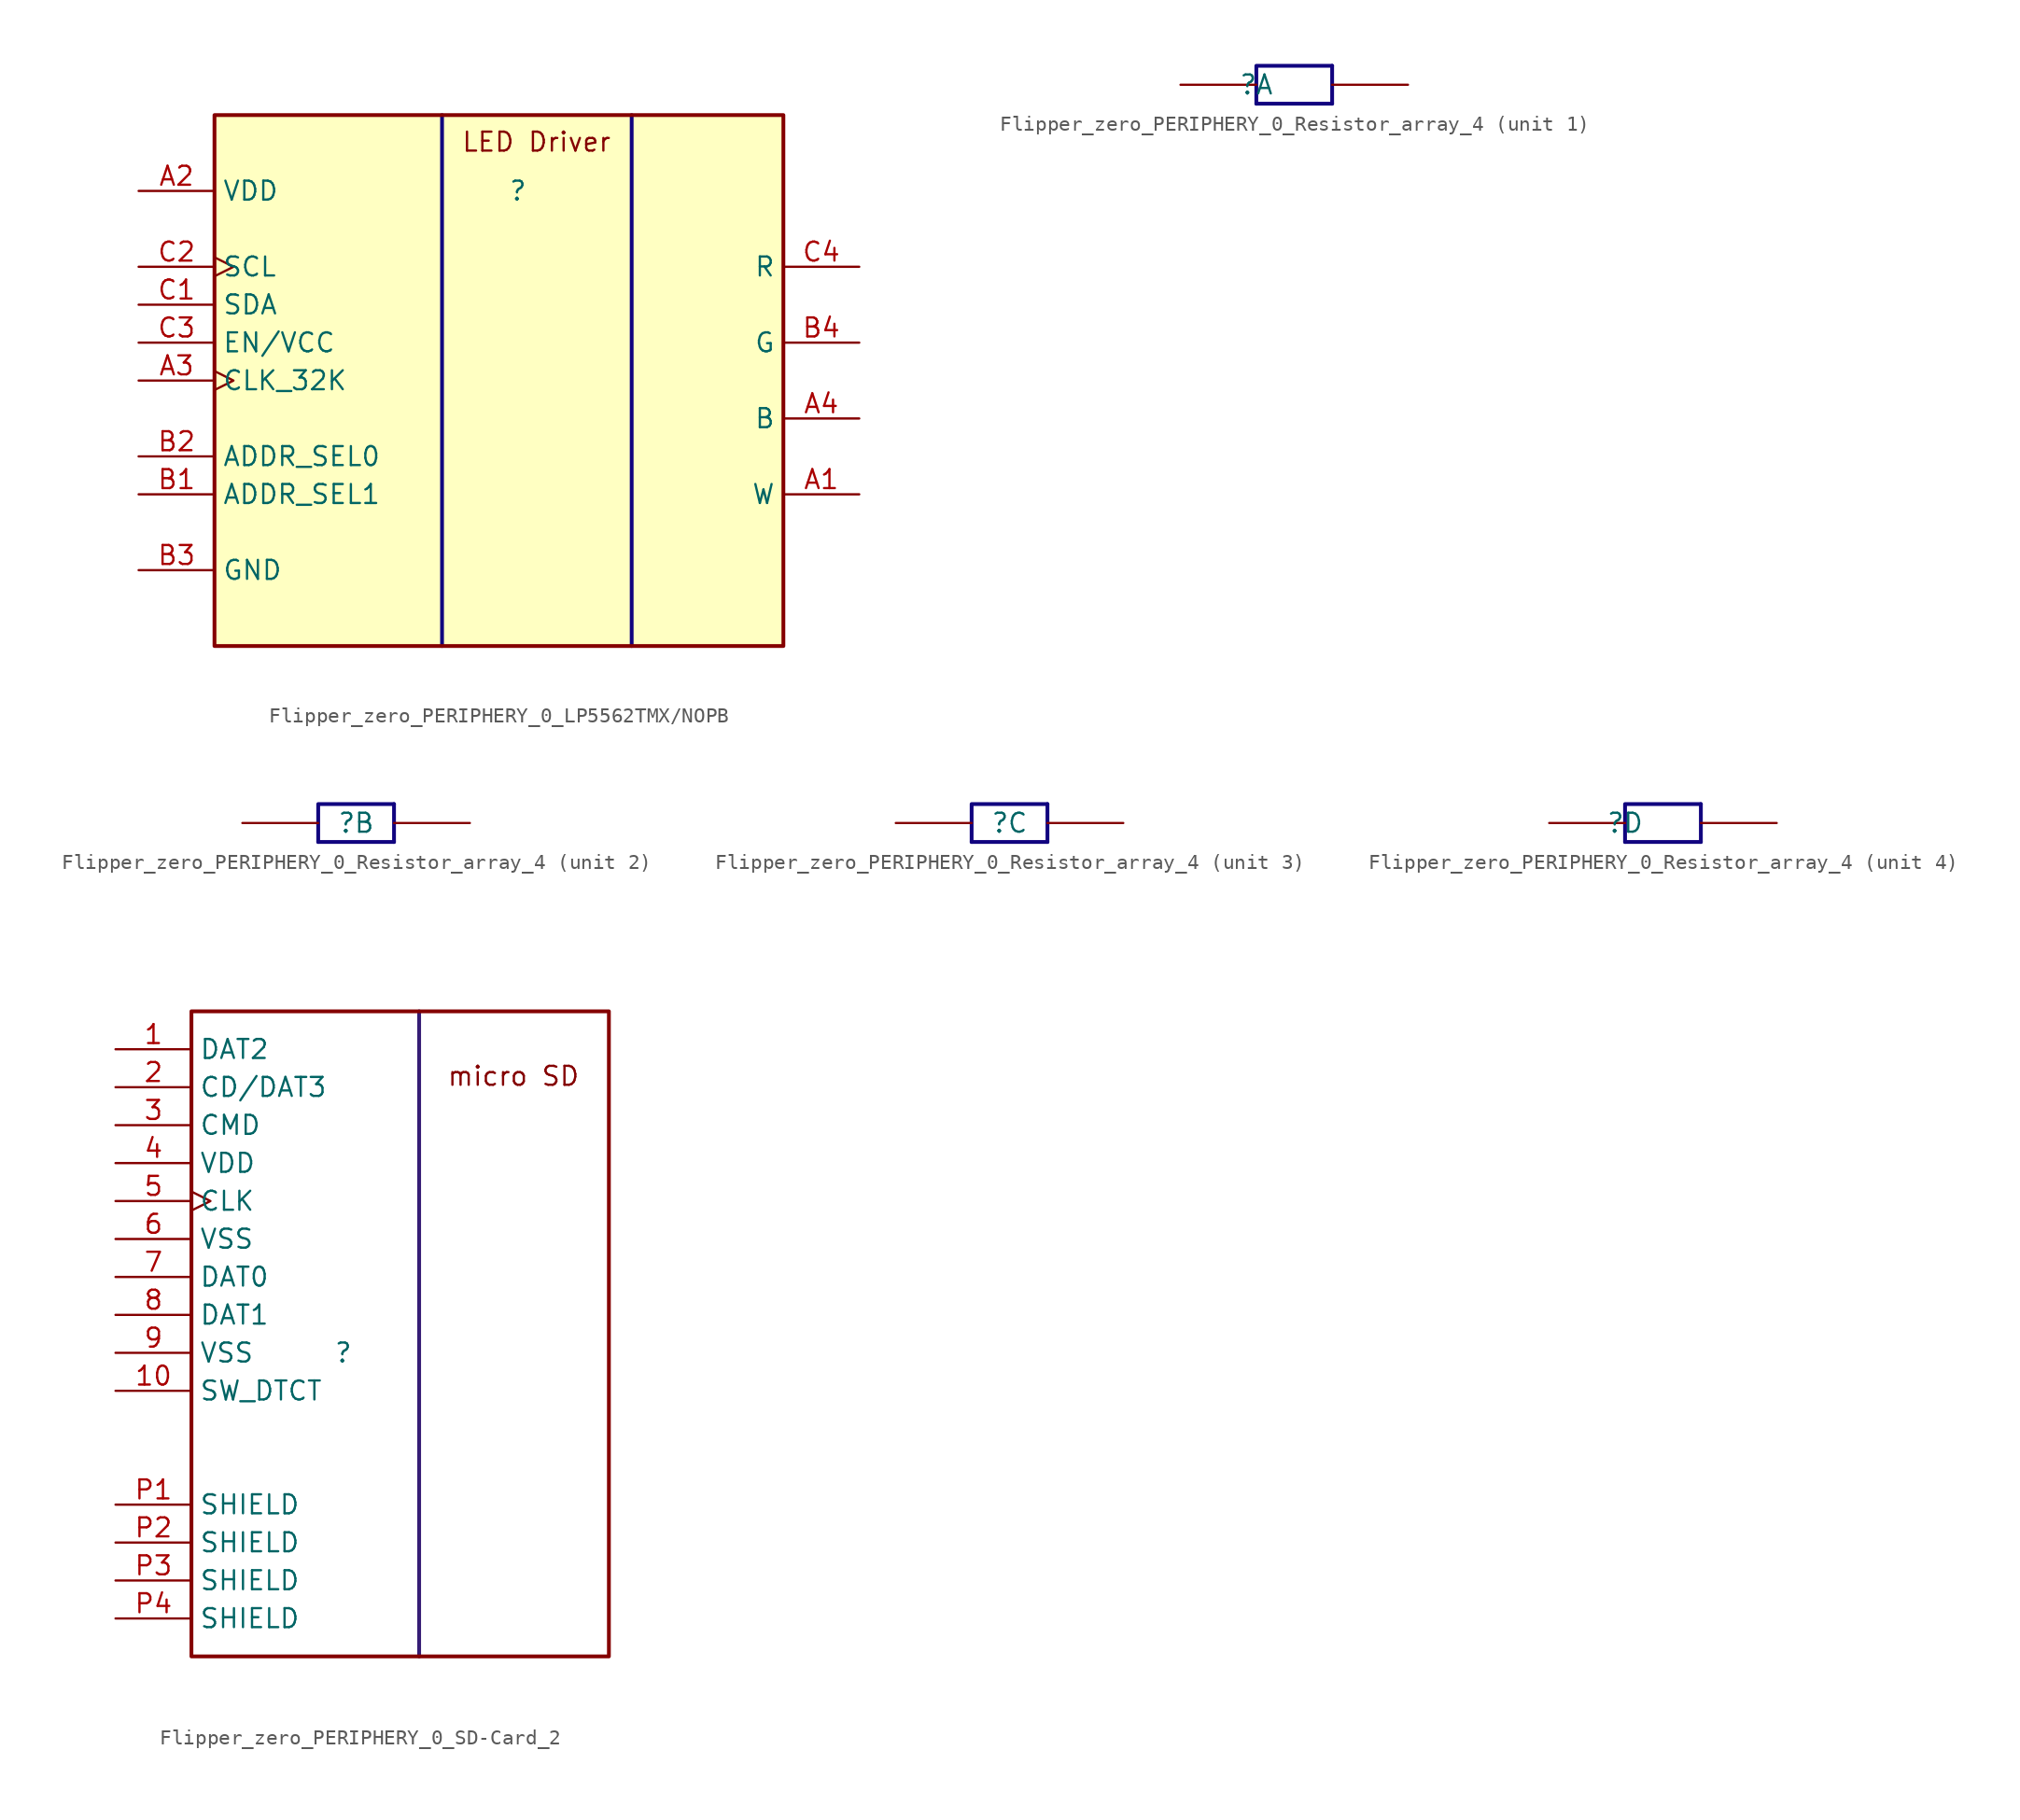
<source format=kicad_sym>
(kicad_symbol_lib
  (version 20220914)
  (generator kicad_symbol_editor)
  (symbol "Flipper_zero_PERIPHERY_0_LP5562TMX/NOPB"
    (property "Reference" ""
      (at 0 0 0)
      (effects (font (size 1.27 1.27))))
    (property "Value" ""
      (at 0 0 0)
      (effects (font (size 1.27 1.27))))
    (symbol "Flipper_zero_PERIPHERY_0_LP5562TMX/NOPB_1_0"
      (polyline (pts (xy -5.08 5.08) (xy -5.08 -30.48)) (stroke (width 0.254) (type solid) (color 17 3 127 1)) (fill (type none)))
      (polyline (pts (xy 7.62 -30.48) (xy 7.62 5.08)) (stroke (width 0.254) (type solid) (color 17 3 127 1)) (fill (type none)))
      (rectangle (start 17.78 5.08) (end -20.32 -30.48) (stroke (width 0.254) (type solid)) (fill (type background)))
      (text "LED Driver" (at -3.81 2.54 0) (effects (font (size 1.27 1.27)) (justify left bottom)))
      (pin input line (at 22.86 -20.32 180) (length 5.08) (name "W" (effects (font (size 1.27 1.27)))) (number "A1" (effects (font (size 1.27 1.27)))))
      (pin power_in line (at -25.4 0 0) (length 5.08) (name "VDD" (effects (font (size 1.27 1.27)))) (number "A2" (effects (font (size 1.27 1.27)))))
      (pin input clock (at -25.4 -12.7 0) (length 5.08) (name "CLK_32K" (effects (font (size 1.27 1.27)))) (number "A3" (effects (font (size 1.27 1.27)))))
      (pin input line (at 22.86 -15.24 180) (length 5.08) (name "B" (effects (font (size 1.27 1.27)))) (number "A4" (effects (font (size 1.27 1.27)))))
      (pin input line (at -25.4 -20.32 0) (length 5.08) (name "ADDR_SEL1" (effects (font (size 1.27 1.27)))) (number "B1" (effects (font (size 1.27 1.27)))))
      (pin input line (at -25.4 -17.78 0) (length 5.08) (name "ADDR_SEL0" (effects (font (size 1.27 1.27)))) (number "B2" (effects (font (size 1.27 1.27)))))
      (pin passive line (at -25.4 -25.4 0) (length 5.08) (name "GND" (effects (font (size 1.27 1.27)))) (number "B3" (effects (font (size 1.27 1.27)))))
      (pin input line (at 22.86 -10.16 180) (length 5.08) (name "G" (effects (font (size 1.27 1.27)))) (number "B4" (effects (font (size 1.27 1.27)))))
      (pin bidirectional line (at -25.4 -7.62 0) (length 5.08) (name "SDA" (effects (font (size 1.27 1.27)))) (number "C1" (effects (font (size 1.27 1.27)))))
      (pin input clock (at -25.4 -5.08 0) (length 5.08) (name "SCL" (effects (font (size 1.27 1.27)))) (number "C2" (effects (font (size 1.27 1.27)))))
      (pin input line (at -25.4 -10.16 0) (length 5.08) (name "EN/VCC" (effects (font (size 1.27 1.27)))) (number "C3" (effects (font (size 1.27 1.27)))))
      (pin input line (at 22.86 -5.08 180) (length 5.08) (name "R" (effects (font (size 1.27 1.27)))) (number "C4" (effects (font (size 1.27 1.27)))))))
  (symbol "Flipper_zero_PERIPHERY_0_Resistor_array_4"
    (property "Reference" ""
      (at 0 0 0)
      (effects (font (size 1.27 1.27))))
    (property "Value" ""
      (at 0 0 0)
      (effects (font (size 1.27 1.27))))
    (symbol "Flipper_zero_PERIPHERY_0_Resistor_array_4_1_0"
      (polyline (pts (xy 0 -1.27) (xy 5.08 -1.27)) (stroke (width 0.254) (type solid) (color 17 3 127 1)) (fill (type none)))
      (polyline (pts (xy 5.08 1.27) (xy 5.08 -1.27)) (stroke (width 0.254) (type solid) (color 17 3 127 1)) (fill (type none)))
      (polyline (pts (xy 0 -1.27) (xy 0 1.27) (xy 5.08 1.27)) (stroke (width 0.254) (type solid) (color 17 3 127 1)) (fill (type none)))
      (pin passive line (at -5.08 0 0) (length 5.08) (name "1" (effects (font (size 0 0)))) (number "1" (effects (font (size 0 0)))))
      (pin passive line (at 10.16 0 180) (length 5.08) (name "8" (effects (font (size 0 0)))) (number "8" (effects (font (size 0 0))))))
    (symbol "Flipper_zero_PERIPHERY_0_Resistor_array_4_2_0"
      (polyline (pts (xy -2.54 -1.27) (xy 2.54 -1.27)) (stroke (width 0.254) (type solid) (color 17 3 127 1)) (fill (type none)))
      (polyline (pts (xy 2.54 1.27) (xy 2.54 -1.27)) (stroke (width 0.254) (type solid) (color 17 3 127 1)) (fill (type none)))
      (polyline (pts (xy -2.54 -1.27) (xy -2.54 1.27) (xy 2.54 1.27)) (stroke (width 0.254) (type solid) (color 17 3 127 1)) (fill (type none)))
      (pin passive line (at -7.62 0 0) (length 5.08) (name "2" (effects (font (size 0 0)))) (number "2" (effects (font (size 0 0)))))
      (pin passive line (at 7.62 0 180) (length 5.08) (name "7" (effects (font (size 0 0)))) (number "7" (effects (font (size 0 0))))))
    (symbol "Flipper_zero_PERIPHERY_0_Resistor_array_4_3_0"
      (polyline (pts (xy -2.54 -1.27) (xy 2.54 -1.27)) (stroke (width 0.254) (type solid) (color 17 3 127 1)) (fill (type none)))
      (polyline (pts (xy 2.54 1.27) (xy 2.54 -1.27)) (stroke (width 0.254) (type solid) (color 17 3 127 1)) (fill (type none)))
      (polyline (pts (xy -2.54 -1.27) (xy -2.54 1.27) (xy 2.54 1.27)) (stroke (width 0.254) (type solid) (color 17 3 127 1)) (fill (type none)))
      (pin passive line (at -7.62 0 0) (length 5.08) (name "3" (effects (font (size 0 0)))) (number "3" (effects (font (size 0 0)))))
      (pin passive line (at 7.62 0 180) (length 5.08) (name "6" (effects (font (size 0 0)))) (number "6" (effects (font (size 0 0))))))
    (symbol "Flipper_zero_PERIPHERY_0_Resistor_array_4_4_0"
      (polyline (pts (xy 0 -1.27) (xy 5.08 -1.27)) (stroke (width 0.254) (type solid) (color 17 3 127 1)) (fill (type none)))
      (polyline (pts (xy 5.08 1.27) (xy 5.08 -1.27)) (stroke (width 0.254) (type solid) (color 17 3 127 1)) (fill (type none)))
      (polyline (pts (xy 0 -1.27) (xy 0 1.27) (xy 5.08 1.27)) (stroke (width 0.254) (type solid) (color 17 3 127 1)) (fill (type none)))
      (pin passive line (at -5.08 0 0) (length 5.08) (name "4" (effects (font (size 0 0)))) (number "4" (effects (font (size 0 0)))))
      (pin passive line (at 10.16 0 180) (length 5.08) (name "5" (effects (font (size 0 0)))) (number "5" (effects (font (size 0 0)))))))
  (symbol "Flipper_zero_PERIPHERY_0_SD-Card_2"
    (property "Reference" ""
      (at 0 0 0)
      (effects (font (size 1.27 1.27))))
    (property "Value" ""
      (at 0 0 0)
      (effects (font (size 1.27 1.27))))
    (symbol "Flipper_zero_PERIPHERY_0_SD-Card_2_1_0"
      (polyline (pts (xy 5.08 22.86) (xy 5.08 -20.32)) (stroke (width 0.254) (type solid) (color 53 28 117 1)) (fill (type none)))
      (rectangle (start 17.78 22.86) (end -10.16 -20.32) (stroke (width 0.254) (type solid)) (fill (type none)))
      (text "micro SD" (at 15.875 17.78 0) (effects (font (size 1.27 1.27)) (justify right bottom)))
      (pin passive line (at -15.24 20.32 0) (length 5.08) (name "DAT2" (effects (font (size 1.27 1.27)))) (number "1" (effects (font (size 1.27 1.27)))))
      (pin passive line (at -15.24 -2.54 0) (length 5.08) (name "SW_DTCT" (effects (font (size 1.27 1.27)))) (number "10" (effects (font (size 1.27 1.27)))))
      (pin passive line (at -15.24 17.78 0) (length 5.08) (name "CD/DAT3" (effects (font (size 1.27 1.27)))) (number "2" (effects (font (size 1.27 1.27)))))
      (pin passive line (at -15.24 15.24 0) (length 5.08) (name "CMD" (effects (font (size 1.27 1.27)))) (number "3" (effects (font (size 1.27 1.27)))))
      (pin power_in line (at -15.24 12.7 0) (length 5.08) (name "VDD" (effects (font (size 1.27 1.27)))) (number "4" (effects (font (size 1.27 1.27)))))
      (pin passive clock (at -15.24 10.16 0) (length 5.08) (name "CLK" (effects (font (size 1.27 1.27)))) (number "5" (effects (font (size 1.27 1.27)))))
      (pin power_in line (at -15.24 7.62 0) (length 5.08) (name "VSS" (effects (font (size 1.27 1.27)))) (number "6" (effects (font (size 1.27 1.27)))))
      (pin passive line (at -15.24 5.08 0) (length 5.08) (name "DAT0" (effects (font (size 1.27 1.27)))) (number "7" (effects (font (size 1.27 1.27)))))
      (pin passive line (at -15.24 2.54 0) (length 5.08) (name "DAT1" (effects (font (size 1.27 1.27)))) (number "8" (effects (font (size 1.27 1.27)))))
      (pin power_in line (at -15.24 0 0) (length 5.08) (name "VSS" (effects (font (size 1.27 1.27)))) (number "9" (effects (font (size 1.27 1.27)))))
      (pin passive line (at -15.24 -10.16 0) (length 5.08) (name "SHIELD" (effects (font (size 1.27 1.27)))) (number "P1" (effects (font (size 1.27 1.27)))))
      (pin passive line (at -15.24 -12.7 0) (length 5.08) (name "SHIELD" (effects (font (size 1.27 1.27)))) (number "P2" (effects (font (size 1.27 1.27)))))
      (pin passive line (at -15.24 -15.24 0) (length 5.08) (name "SHIELD" (effects (font (size 1.27 1.27)))) (number "P3" (effects (font (size 1.27 1.27)))))
      (pin passive line (at -15.24 -17.78 0) (length 5.08) (name "SHIELD" (effects (font (size 1.27 1.27)))) (number "P4" (effects (font (size 1.27 1.27))))))))
</source>
